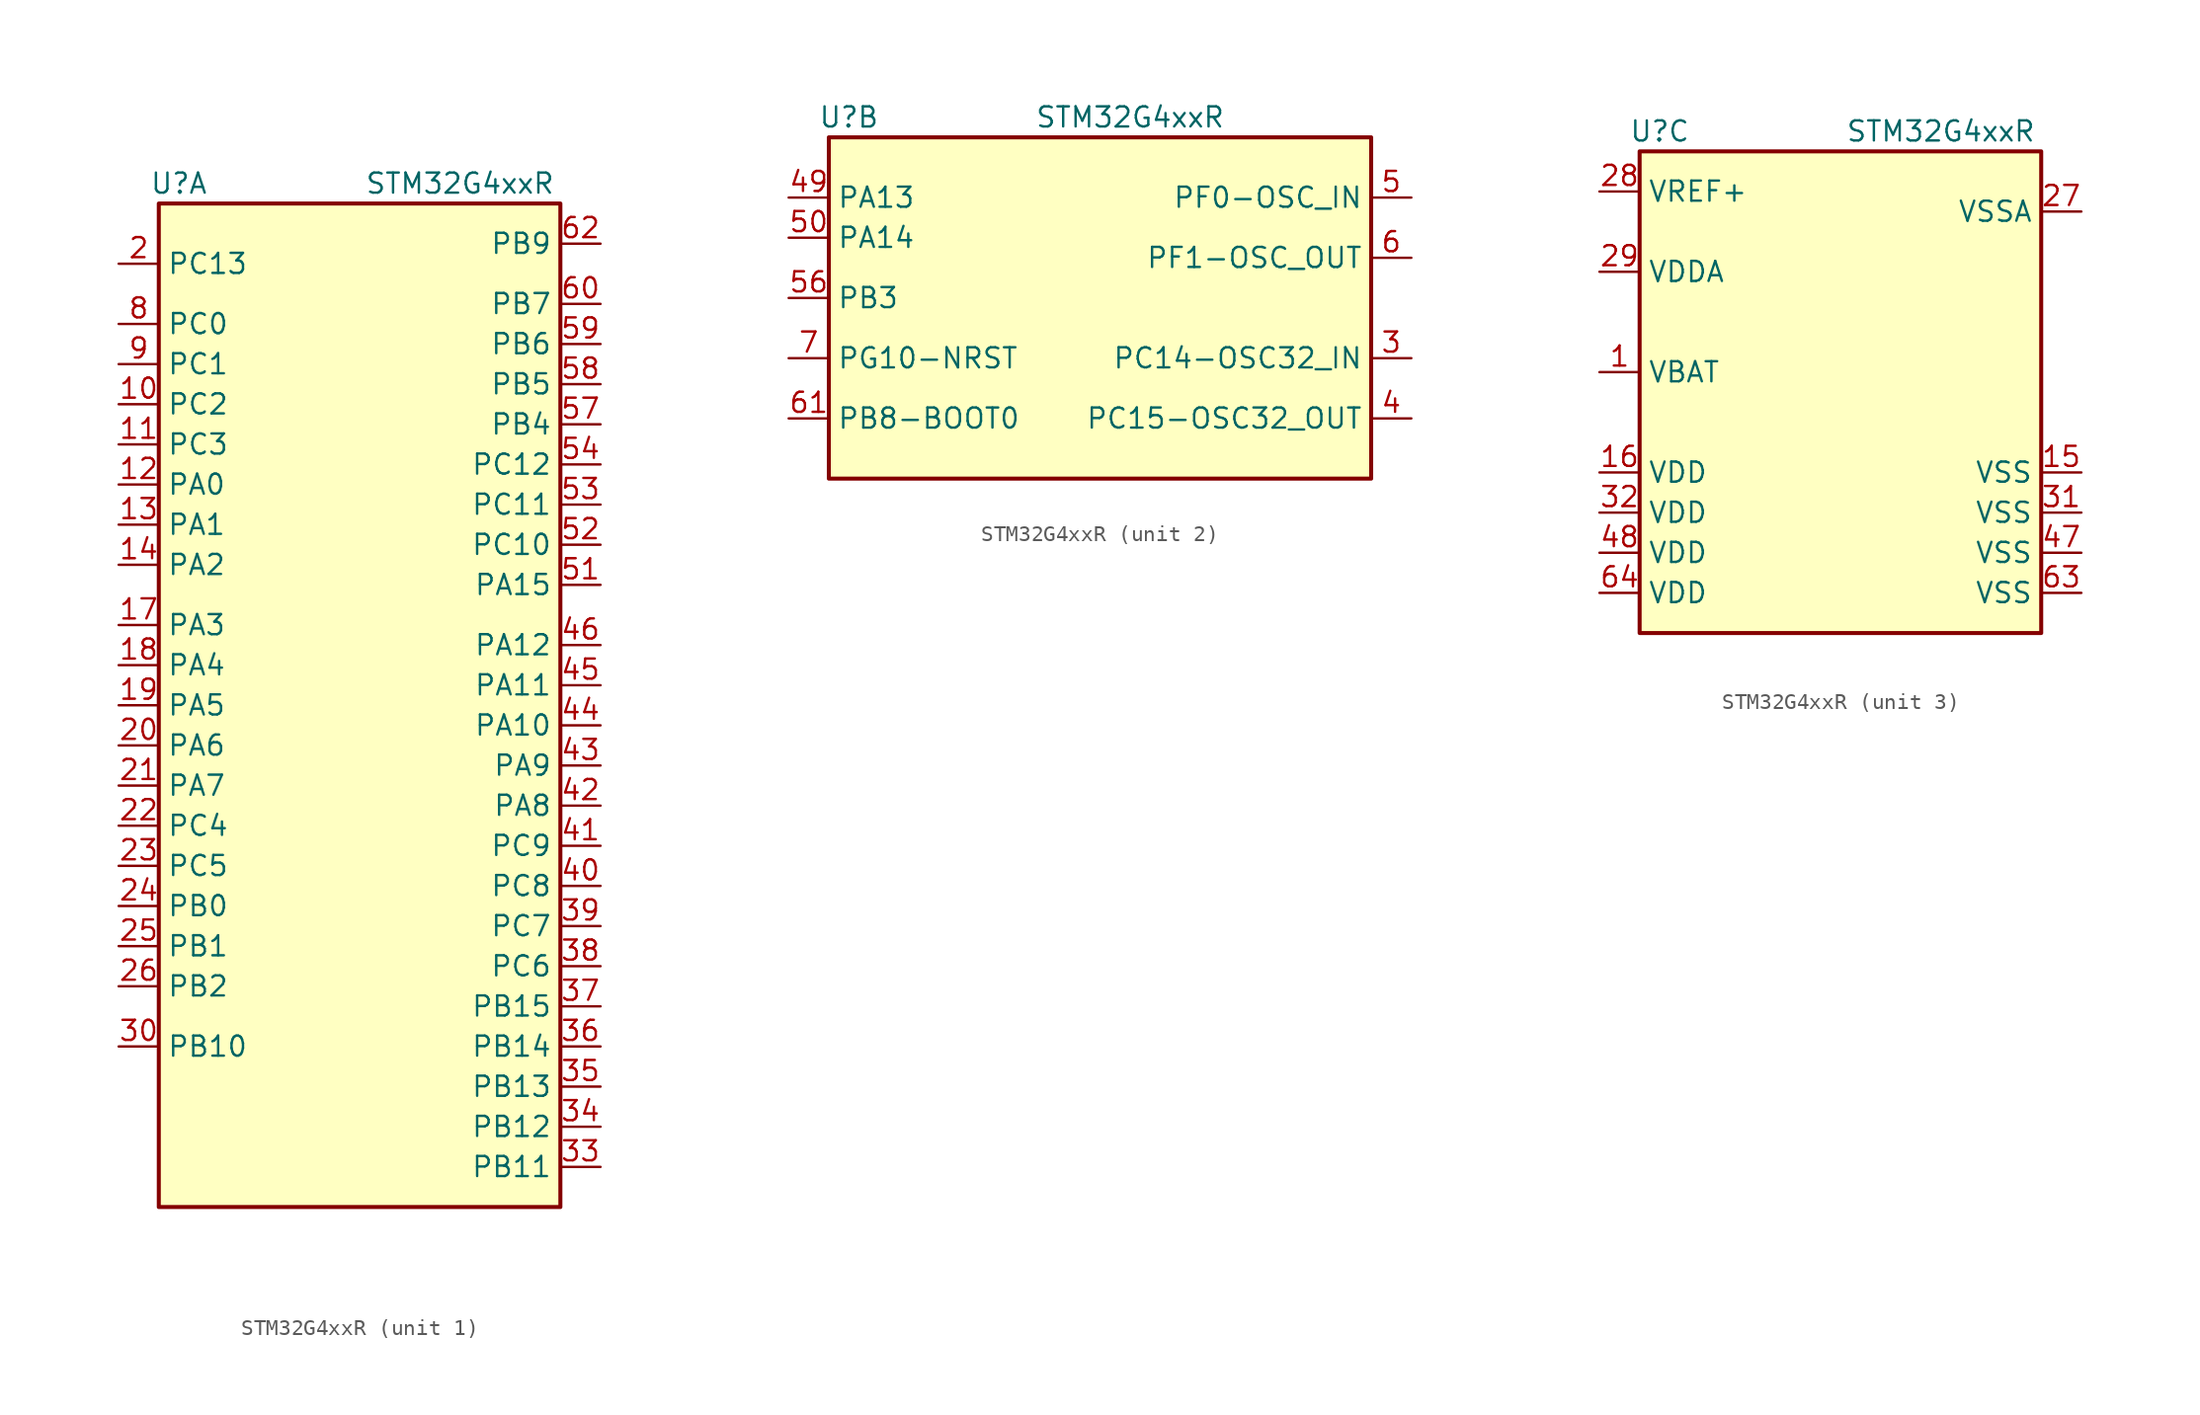
<source format=kicad_sym>
(kicad_symbol_lib
  (version 20220914)
  (generator kicad_symbol_editor)
  (symbol "STM32G4xxR"
    (property "Reference" "U"
      (at 1.27 1.27 0)
      (effects (font (size 1.27 1.27))))
    (property "Value" "STM32G4xxR"
      (at 19.05 1.27 0)
      (effects (font (size 1.27 1.27))))
    (property "ki_locked" ""
      (at 0 0 0)
      (effects (font (size 1.27 1.27))))
    (symbol "STM32G4xxR_1_1"
      (rectangle (start 0 0) (end 25.4 -63.5) (stroke (width 0.254) (type default)) (fill (type background)))
      (pin bidirectional line (at -2.54 -12.7 0) (length 2.54) (name "PC2" (effects (font (size 1.27 1.27)))) (number "10" (effects (font (size 1.27 1.27)))) (alternate "ADC1_IN8" bidirectional line) (alternate "ADC2_IN8" bidirectional line) (alternate "ADC3_EXTI2" bidirectional line) (alternate "ADC4_EXTI2" bidirectional line) (alternate "ADC5_EXTI2" bidirectional line) (alternate "COMP3_OUT" bidirectional line) (alternate "LPTIM1_IN2" bidirectional line) (alternate "QUADSPI1_BK2_IO1" bidirectional line) (alternate "TIM1_CH3" bidirectional line) (alternate "TIM20_CH2" bidirectional line))
      (pin bidirectional line (at -2.54 -15.24 0) (length 2.54) (name "PC3" (effects (font (size 1.27 1.27)))) (number "11" (effects (font (size 1.27 1.27)))) (alternate "ADC1_IN9" bidirectional line) (alternate "ADC2_IN9" bidirectional line) (alternate "ADC3_EXTI3" bidirectional line) (alternate "ADC4_EXTI3" bidirectional line) (alternate "ADC5_EXTI3" bidirectional line) (alternate "LPTIM1_ETR" bidirectional line) (alternate "OPAMP5_VINP" bidirectional line) (alternate "OPAMP5_VINP_SEC" bidirectional line) (alternate "QUADSPI1_BK2_IO2" bidirectional line) (alternate "SAI1_D1" bidirectional line) (alternate "SAI1_SD_A" bidirectional line) (alternate "TIM1_BKIN2" bidirectional line) (alternate "TIM1_CH4" bidirectional line))
      (pin bidirectional line (at -2.54 -17.78 0) (length 2.54) (name "PA0" (effects (font (size 1.27 1.27)))) (number "12" (effects (font (size 1.27 1.27)))) (alternate "ADC1_IN1" bidirectional line) (alternate "ADC2_IN1" bidirectional line) (alternate "COMP1_INM" bidirectional line) (alternate "COMP1_OUT" bidirectional line) (alternate "COMP3_INP" bidirectional line) (alternate "RTC_TAMP2" bidirectional line) (alternate "SYS_WKUP1" bidirectional line) (alternate "TIM2_CH1" bidirectional line) (alternate "TIM2_ETR" bidirectional line) (alternate "TIM5_CH1" bidirectional line) (alternate "TIM8_BKIN" bidirectional line) (alternate "TIM8_ETR" bidirectional line) (alternate "USART2_CTS" bidirectional line) (alternate "USART2_NSS" bidirectional line))
      (pin bidirectional line (at -2.54 -20.32 0) (length 2.54) (name "PA1" (effects (font (size 1.27 1.27)))) (number "13" (effects (font (size 1.27 1.27)))) (alternate "ADC1_IN2" bidirectional line) (alternate "ADC2_IN2" bidirectional line) (alternate "COMP1_INP" bidirectional line) (alternate "OPAMP1_VINP" bidirectional line) (alternate "OPAMP1_VINP_SEC" bidirectional line) (alternate "OPAMP3_VINP" bidirectional line) (alternate "OPAMP3_VINP_SEC" bidirectional line) (alternate "OPAMP6_VINM" bidirectional line) (alternate "OPAMP6_VINM0" bidirectional line) (alternate "OPAMP6_VINM_SEC" bidirectional line) (alternate "RTC_REFIN" bidirectional line) (alternate "TIM15_CH1N" bidirectional line) (alternate "TIM2_CH2" bidirectional line) (alternate "TIM5_CH2" bidirectional line) (alternate "USART2_DE" bidirectional line) (alternate "USART2_RTS" bidirectional line))
      (pin bidirectional line (at -2.54 -22.86 0) (length 2.54) (name "PA2" (effects (font (size 1.27 1.27)))) (number "14" (effects (font (size 1.27 1.27)))) (alternate "ADC1_IN3" bidirectional line) (alternate "ADC3_EXTI2" bidirectional line) (alternate "ADC4_EXTI2" bidirectional line) (alternate "ADC5_EXTI2" bidirectional line) (alternate "COMP2_INM" bidirectional line) (alternate "COMP2_OUT" bidirectional line) (alternate "LPUART1_TX" bidirectional line) (alternate "OPAMP1_VOUT" bidirectional line) (alternate "QUADSPI1_BK1_NCS" bidirectional line) (alternate "RCC_LSCO" bidirectional line) (alternate "SYS_WKUP4" bidirectional line) (alternate "TIM15_CH1" bidirectional line) (alternate "TIM2_CH3" bidirectional line) (alternate "TIM5_CH3" bidirectional line) (alternate "UCPD1_FRSTX1" bidirectional line) (alternate "UCPD1_FRSTX2" bidirectional line) (alternate "USART2_TX" bidirectional line))
      (pin bidirectional line (at -2.54 -26.67 0) (length 2.54) (name "PA3" (effects (font (size 1.27 1.27)))) (number "17" (effects (font (size 1.27 1.27)))) (alternate "ADC1_IN4" bidirectional line) (alternate "ADC3_EXTI3" bidirectional line) (alternate "ADC4_EXTI3" bidirectional line) (alternate "ADC5_EXTI3" bidirectional line) (alternate "COMP2_INP" bidirectional line) (alternate "LPUART1_RX" bidirectional line) (alternate "OPAMP1_VINM" bidirectional line) (alternate "OPAMP1_VINM0" bidirectional line) (alternate "OPAMP1_VINM_SEC" bidirectional line) (alternate "OPAMP1_VINP" bidirectional line) (alternate "OPAMP1_VINP_SEC" bidirectional line) (alternate "OPAMP5_VINM" bidirectional line) (alternate "OPAMP5_VINM1" bidirectional line) (alternate "OPAMP5_VINM_SEC" bidirectional line) (alternate "QUADSPI1_CLK" bidirectional line) (alternate "SAI1_CK1" bidirectional line) (alternate "SAI1_MCLK_A" bidirectional line) (alternate "TIM15_CH2" bidirectional line) (alternate "TIM2_CH4" bidirectional line) (alternate "TIM5_CH4" bidirectional line) (alternate "USART2_RX" bidirectional line))
      (pin bidirectional line (at -2.54 -29.21 0) (length 2.54) (name "PA4" (effects (font (size 1.27 1.27)))) (number "18" (effects (font (size 1.27 1.27)))) (alternate "ADC2_IN17" bidirectional line) (alternate "COMP1_INM" bidirectional line) (alternate "DAC1_OUT1" bidirectional line) (alternate "I2S3_WS" bidirectional line) (alternate "SAI1_FS_B" bidirectional line) (alternate "SPI1_NSS" bidirectional line) (alternate "SPI3_NSS" bidirectional line) (alternate "TIM3_CH2" bidirectional line) (alternate "USART2_CK" bidirectional line))
      (pin bidirectional line (at -2.54 -31.75 0) (length 2.54) (name "PA5" (effects (font (size 1.27 1.27)))) (number "19" (effects (font (size 1.27 1.27)))) (alternate "ADC2_IN13" bidirectional line) (alternate "COMP2_INM" bidirectional line) (alternate "DAC1_OUT2" bidirectional line) (alternate "OPAMP2_VINM" bidirectional line) (alternate "OPAMP2_VINM0" bidirectional line) (alternate "OPAMP2_VINM_SEC" bidirectional line) (alternate "SPI1_SCK" bidirectional line) (alternate "TIM2_CH1" bidirectional line) (alternate "TIM2_ETR" bidirectional line) (alternate "UCPD1_FRSTX1" bidirectional line) (alternate "UCPD1_FRSTX2" bidirectional line))
      (pin bidirectional line (at -2.54 -3.81 0) (length 2.54) (name "PC13" (effects (font (size 1.27 1.27)))) (number "2" (effects (font (size 1.27 1.27)))) (alternate "RTC_OUT1" bidirectional line) (alternate "RTC_TAMP1" bidirectional line) (alternate "RTC_TS" bidirectional line) (alternate "SYS_WKUP2" bidirectional line) (alternate "TIM1_BKIN" bidirectional line) (alternate "TIM1_CH1N" bidirectional line) (alternate "TIM8_CH4N" bidirectional line))
      (pin bidirectional line (at -2.54 -34.29 0) (length 2.54) (name "PA6" (effects (font (size 1.27 1.27)))) (number "20" (effects (font (size 1.27 1.27)))) (alternate "ADC2_IN3" bidirectional line) (alternate "COMP1_OUT" bidirectional line) (alternate "DAC2_OUT1" bidirectional line) (alternate "LPUART1_CTS" bidirectional line) (alternate "OPAMP2_VOUT" bidirectional line) (alternate "QUADSPI1_BK1_IO3" bidirectional line) (alternate "SPI1_MISO" bidirectional line) (alternate "TIM16_CH1" bidirectional line) (alternate "TIM1_BKIN" bidirectional line) (alternate "TIM3_CH1" bidirectional line) (alternate "TIM8_BKIN" bidirectional line))
      (pin bidirectional line (at -2.54 -36.83 0) (length 2.54) (name "PA7" (effects (font (size 1.27 1.27)))) (number "21" (effects (font (size 1.27 1.27)))) (alternate "ADC2_IN4" bidirectional line) (alternate "COMP2_INP" bidirectional line) (alternate "COMP2_OUT" bidirectional line) (alternate "OPAMP1_VINP" bidirectional line) (alternate "OPAMP1_VINP_SEC" bidirectional line) (alternate "OPAMP2_VINP" bidirectional line) (alternate "OPAMP2_VINP_SEC" bidirectional line) (alternate "QUADSPI1_BK1_IO2" bidirectional line) (alternate "SPI1_MOSI" bidirectional line) (alternate "TIM17_CH1" bidirectional line) (alternate "TIM1_CH1N" bidirectional line) (alternate "TIM3_CH2" bidirectional line) (alternate "TIM8_CH1N" bidirectional line) (alternate "UCPD1_FRSTX1" bidirectional line) (alternate "UCPD1_FRSTX2" bidirectional line))
      (pin bidirectional line (at -2.54 -39.37 0) (length 2.54) (name "PC4" (effects (font (size 1.27 1.27)))) (number "22" (effects (font (size 1.27 1.27)))) (alternate "ADC2_IN5" bidirectional line) (alternate "I2C2_SCL" bidirectional line) (alternate "QUADSPI1_BK2_IO3" bidirectional line) (alternate "TIM1_ETR" bidirectional line) (alternate "USART1_TX" bidirectional line))
      (pin bidirectional line (at -2.54 -41.91 0) (length 2.54) (name "PC5" (effects (font (size 1.27 1.27)))) (number "23" (effects (font (size 1.27 1.27)))) (alternate "ADC2_IN11" bidirectional line) (alternate "HRTIM1_EEV10" bidirectional line) (alternate "OPAMP1_VINM" bidirectional line) (alternate "OPAMP1_VINM1" bidirectional line) (alternate "OPAMP1_VINM_SEC" bidirectional line) (alternate "OPAMP2_VINM" bidirectional line) (alternate "OPAMP2_VINM1" bidirectional line) (alternate "OPAMP2_VINM_SEC" bidirectional line) (alternate "SAI1_D3" bidirectional line) (alternate "SYS_WKUP5" bidirectional line) (alternate "TIM15_BKIN" bidirectional line) (alternate "TIM1_CH4N" bidirectional line) (alternate "USART1_RX" bidirectional line))
      (pin bidirectional line (at -2.54 -44.45 0) (length 2.54) (name "PB0" (effects (font (size 1.27 1.27)))) (number "24" (effects (font (size 1.27 1.27)))) (alternate "ADC1_IN15" bidirectional line) (alternate "ADC3_IN12" bidirectional line) (alternate "COMP4_INP" bidirectional line) (alternate "HRTIM1_FLT5" bidirectional line) (alternate "OPAMP2_VINP" bidirectional line) (alternate "OPAMP2_VINP_SEC" bidirectional line) (alternate "OPAMP3_VINP" bidirectional line) (alternate "OPAMP3_VINP_SEC" bidirectional line) (alternate "QUADSPI1_BK1_IO1" bidirectional line) (alternate "TIM1_CH2N" bidirectional line) (alternate "TIM3_CH3" bidirectional line) (alternate "TIM8_CH2N" bidirectional line) (alternate "UCPD1_FRSTX1" bidirectional line) (alternate "UCPD1_FRSTX2" bidirectional line))
      (pin bidirectional line (at -2.54 -46.99 0) (length 2.54) (name "PB1" (effects (font (size 1.27 1.27)))) (number "25" (effects (font (size 1.27 1.27)))) (alternate "ADC1_IN12" bidirectional line) (alternate "ADC3_IN1" bidirectional line) (alternate "COMP1_INP" bidirectional line) (alternate "COMP4_OUT" bidirectional line) (alternate "HRTIM1_SCOUT" bidirectional line) (alternate "LPUART1_DE" bidirectional line) (alternate "LPUART1_RTS" bidirectional line) (alternate "OPAMP3_VOUT" bidirectional line) (alternate "OPAMP6_VINM" bidirectional line) (alternate "OPAMP6_VINM1" bidirectional line) (alternate "OPAMP6_VINM_SEC" bidirectional line) (alternate "QUADSPI1_BK1_IO0" bidirectional line) (alternate "TIM1_CH3N" bidirectional line) (alternate "TIM3_CH4" bidirectional line) (alternate "TIM8_CH3N" bidirectional line))
      (pin bidirectional line (at -2.54 -49.53 0) (length 2.54) (name "PB2" (effects (font (size 1.27 1.27)))) (number "26" (effects (font (size 1.27 1.27)))) (alternate "ADC2_IN12" bidirectional line) (alternate "ADC3_EXTI2" bidirectional line) (alternate "ADC4_EXTI2" bidirectional line) (alternate "ADC5_EXTI2" bidirectional line) (alternate "COMP4_INM" bidirectional line) (alternate "HRTIM1_SCIN" bidirectional line) (alternate "I2C3_SMBA" bidirectional line) (alternate "LPTIM1_OUT" bidirectional line) (alternate "OPAMP3_VINM" bidirectional line) (alternate "OPAMP3_VINM0" bidirectional line) (alternate "OPAMP3_VINM_SEC" bidirectional line) (alternate "QUADSPI1_BK2_IO1" bidirectional line) (alternate "RTC_OUT2" bidirectional line) (alternate "TIM20_CH1" bidirectional line) (alternate "TIM5_CH1" bidirectional line))
      (pin bidirectional line (at -2.54 -53.34 0) (length 2.54) (name "PB10" (effects (font (size 1.27 1.27)))) (number "30" (effects (font (size 1.27 1.27)))) (alternate "COMP5_INM" bidirectional line) (alternate "DAC1_EXTI10" bidirectional line) (alternate "DAC2_EXTI10" bidirectional line) (alternate "DAC3_EXTI10" bidirectional line) (alternate "DAC4_EXTI10" bidirectional line) (alternate "HRTIM1_FLT3" bidirectional line) (alternate "LPUART1_RX" bidirectional line) (alternate "OPAMP3_VINM" bidirectional line) (alternate "OPAMP3_VINM1" bidirectional line) (alternate "OPAMP3_VINM_SEC" bidirectional line) (alternate "OPAMP4_VINM" bidirectional line) (alternate "OPAMP4_VINM0" bidirectional line) (alternate "OPAMP4_VINM_SEC" bidirectional line) (alternate "QUADSPI1_CLK" bidirectional line) (alternate "SAI1_SCK_A" bidirectional line) (alternate "TIM1_BKIN" bidirectional line) (alternate "TIM2_CH3" bidirectional line) (alternate "USART3_TX" bidirectional line))
      (pin bidirectional line (at 27.94 -60.96 180) (length 2.54) (name "PB11" (effects (font (size 1.27 1.27)))) (number "33" (effects (font (size 1.27 1.27)))) (alternate "ADC1_EXTI11" bidirectional line) (alternate "ADC1_IN14" bidirectional line) (alternate "ADC2_EXTI11" bidirectional line) (alternate "ADC2_IN14" bidirectional line) (alternate "COMP6_INP" bidirectional line) (alternate "HRTIM1_FLT4" bidirectional line) (alternate "LPUART1_TX" bidirectional line) (alternate "OPAMP4_VINP" bidirectional line) (alternate "OPAMP4_VINP_SEC" bidirectional line) (alternate "OPAMP6_VOUT" bidirectional line) (alternate "QUADSPI1_BK1_NCS" bidirectional line) (alternate "TIM2_CH4" bidirectional line) (alternate "USART3_RX" bidirectional line))
      (pin bidirectional line (at 27.94 -58.42 180) (length 2.54) (name "PB12" (effects (font (size 1.27 1.27)))) (number "34" (effects (font (size 1.27 1.27)))) (alternate "ADC1_IN11" bidirectional line) (alternate "ADC4_IN3" bidirectional line) (alternate "COMP7_INM" bidirectional line) (alternate "FDCAN2_RX" bidirectional line) (alternate "HRTIM1_CHC1" bidirectional line) (alternate "I2C2_SMBA" bidirectional line) (alternate "I2S2_WS" bidirectional line) (alternate "LPUART1_DE" bidirectional line) (alternate "LPUART1_RTS" bidirectional line) (alternate "OPAMP4_VOUT" bidirectional line) (alternate "OPAMP6_VINP" bidirectional line) (alternate "OPAMP6_VINP_SEC" bidirectional line) (alternate "SPI2_NSS" bidirectional line) (alternate "TIM1_BKIN" bidirectional line) (alternate "TIM5_ETR" bidirectional line) (alternate "USART3_CK" bidirectional line))
      (pin bidirectional line (at 27.94 -55.88 180) (length 2.54) (name "PB13" (effects (font (size 1.27 1.27)))) (number "35" (effects (font (size 1.27 1.27)))) (alternate "ADC3_IN5" bidirectional line) (alternate "COMP5_INP" bidirectional line) (alternate "FDCAN2_TX" bidirectional line) (alternate "HRTIM1_CHC2" bidirectional line) (alternate "I2S2_CK" bidirectional line) (alternate "LPUART1_CTS" bidirectional line) (alternate "OPAMP3_VINP" bidirectional line) (alternate "OPAMP3_VINP_SEC" bidirectional line) (alternate "OPAMP4_VINP" bidirectional line) (alternate "OPAMP4_VINP_SEC" bidirectional line) (alternate "OPAMP6_VINP" bidirectional line) (alternate "OPAMP6_VINP_SEC" bidirectional line) (alternate "SPI2_SCK" bidirectional line) (alternate "TIM1_CH1N" bidirectional line) (alternate "USART3_CTS" bidirectional line) (alternate "USART3_NSS" bidirectional line))
      (pin bidirectional line (at 27.94 -53.34 180) (length 2.54) (name "PB14" (effects (font (size 1.27 1.27)))) (number "36" (effects (font (size 1.27 1.27)))) (alternate "ADC1_IN5" bidirectional line) (alternate "ADC4_IN4" bidirectional line) (alternate "COMP4_OUT" bidirectional line) (alternate "COMP7_INP" bidirectional line) (alternate "HRTIM1_CHD1" bidirectional line) (alternate "OPAMP2_VINP" bidirectional line) (alternate "OPAMP2_VINP_SEC" bidirectional line) (alternate "OPAMP5_VINP" bidirectional line) (alternate "OPAMP5_VINP_SEC" bidirectional line) (alternate "SPI2_MISO" bidirectional line) (alternate "TIM15_CH1" bidirectional line) (alternate "TIM1_CH2N" bidirectional line) (alternate "USART3_DE" bidirectional line) (alternate "USART3_RTS" bidirectional line))
      (pin bidirectional line (at 27.94 -50.8 180) (length 2.54) (name "PB15" (effects (font (size 1.27 1.27)))) (number "37" (effects (font (size 1.27 1.27)))) (alternate "ADC1_EXTI15" bidirectional line) (alternate "ADC2_EXTI15" bidirectional line) (alternate "ADC2_IN15" bidirectional line) (alternate "ADC4_IN5" bidirectional line) (alternate "COMP3_OUT" bidirectional line) (alternate "COMP6_INM" bidirectional line) (alternate "HRTIM1_CHD2" bidirectional line) (alternate "I2S2_SD" bidirectional line) (alternate "OPAMP5_VINM" bidirectional line) (alternate "OPAMP5_VINM0" bidirectional line) (alternate "OPAMP5_VINM_SEC" bidirectional line) (alternate "RTC_REFIN" bidirectional line) (alternate "SPI2_MOSI" bidirectional line) (alternate "TIM15_CH1N" bidirectional line) (alternate "TIM15_CH2" bidirectional line) (alternate "TIM1_CH3N" bidirectional line))
      (pin bidirectional line (at 27.94 -48.26 180) (length 2.54) (name "PC6" (effects (font (size 1.27 1.27)))) (number "38" (effects (font (size 1.27 1.27)))) (alternate "COMP6_OUT" bidirectional line) (alternate "HRTIM1_CHF1" bidirectional line) (alternate "HRTIM1_EEV10" bidirectional line) (alternate "I2C4_SCL" bidirectional line) (alternate "I2S2_MCK" bidirectional line) (alternate "TIM3_CH1" bidirectional line) (alternate "TIM8_CH1" bidirectional line))
      (pin bidirectional line (at 27.94 -45.72 180) (length 2.54) (name "PC7" (effects (font (size 1.27 1.27)))) (number "39" (effects (font (size 1.27 1.27)))) (alternate "COMP5_OUT" bidirectional line) (alternate "HRTIM1_CHF2" bidirectional line) (alternate "HRTIM1_FLT5" bidirectional line) (alternate "I2C4_SDA" bidirectional line) (alternate "I2S3_MCK" bidirectional line) (alternate "TIM3_CH2" bidirectional line) (alternate "TIM8_CH2" bidirectional line))
      (pin bidirectional line (at 27.94 -43.18 180) (length 2.54) (name "PC8" (effects (font (size 1.27 1.27)))) (number "40" (effects (font (size 1.27 1.27)))) (alternate "COMP7_OUT" bidirectional line) (alternate "HRTIM1_CHE1" bidirectional line) (alternate "I2C3_SCL" bidirectional line) (alternate "TIM20_CH3" bidirectional line) (alternate "TIM3_CH3" bidirectional line) (alternate "TIM8_CH3" bidirectional line))
      (pin bidirectional line (at 27.94 -40.64 180) (length 2.54) (name "PC9" (effects (font (size 1.27 1.27)))) (number "41" (effects (font (size 1.27 1.27)))) (alternate "DAC1_EXTI9" bidirectional line) (alternate "DAC2_EXTI9" bidirectional line) (alternate "DAC3_EXTI9" bidirectional line) (alternate "DAC4_EXTI9" bidirectional line) (alternate "HRTIM1_CHE2" bidirectional line) (alternate "I2C3_SDA" bidirectional line) (alternate "I2S_CKIN" bidirectional line) (alternate "TIM3_CH4" bidirectional line) (alternate "TIM8_BKIN2" bidirectional line) (alternate "TIM8_CH4" bidirectional line))
      (pin bidirectional line (at 27.94 -38.1 180) (length 2.54) (name "PA8" (effects (font (size 1.27 1.27)))) (number "42" (effects (font (size 1.27 1.27)))) (alternate "ADC5_IN1" bidirectional line) (alternate "COMP7_OUT" bidirectional line) (alternate "FDCAN3_RX" bidirectional line) (alternate "HRTIM1_CHA1" bidirectional line) (alternate "I2C2_SDA" bidirectional line) (alternate "I2C3_SCL" bidirectional line) (alternate "I2S2_MCK" bidirectional line) (alternate "OPAMP5_VOUT" bidirectional line) (alternate "RCC_MCO" bidirectional line) (alternate "SAI1_CK2" bidirectional line) (alternate "SAI1_SCK_A" bidirectional line) (alternate "TIM1_CH1" bidirectional line) (alternate "TIM4_ETR" bidirectional line) (alternate "USART1_CK" bidirectional line))
      (pin bidirectional line (at 27.94 -35.56 180) (length 2.54) (name "PA9" (effects (font (size 1.27 1.27)))) (number "43" (effects (font (size 1.27 1.27)))) (alternate "ADC5_IN2" bidirectional line) (alternate "COMP5_OUT" bidirectional line) (alternate "DAC1_EXTI9" bidirectional line) (alternate "DAC2_EXTI9" bidirectional line) (alternate "DAC3_EXTI9" bidirectional line) (alternate "DAC4_EXTI9" bidirectional line) (alternate "HRTIM1_CHA2" bidirectional line) (alternate "I2C2_SCL" bidirectional line) (alternate "I2C3_SMBA" bidirectional line) (alternate "I2S3_MCK" bidirectional line) (alternate "SAI1_FS_A" bidirectional line) (alternate "TIM15_BKIN" bidirectional line) (alternate "TIM1_CH2" bidirectional line) (alternate "TIM2_CH3" bidirectional line) (alternate "UCPD1_DBCC1" bidirectional line) (alternate "USART1_TX" bidirectional line))
      (pin bidirectional line (at 27.94 -33.02 180) (length 2.54) (name "PA10" (effects (font (size 1.27 1.27)))) (number "44" (effects (font (size 1.27 1.27)))) (alternate "COMP6_OUT" bidirectional line) (alternate "CRS_SYNC" bidirectional line) (alternate "DAC1_EXTI10" bidirectional line) (alternate "DAC2_EXTI10" bidirectional line) (alternate "DAC3_EXTI10" bidirectional line) (alternate "DAC4_EXTI10" bidirectional line) (alternate "HRTIM1_CHB1" bidirectional line) (alternate "I2C2_SMBA" bidirectional line) (alternate "SAI1_D1" bidirectional line) (alternate "SAI1_SD_A" bidirectional line) (alternate "SPI2_MISO" bidirectional line) (alternate "TIM17_BKIN" bidirectional line) (alternate "TIM1_CH3" bidirectional line) (alternate "TIM2_CH4" bidirectional line) (alternate "TIM8_BKIN" bidirectional line) (alternate "UCPD1_DBCC2" bidirectional line) (alternate "USART1_RX" bidirectional line))
      (pin bidirectional line (at 27.94 -30.48 180) (length 2.54) (name "PA11" (effects (font (size 1.27 1.27)))) (number "45" (effects (font (size 1.27 1.27)))) (alternate "ADC1_EXTI11" bidirectional line) (alternate "ADC2_EXTI11" bidirectional line) (alternate "COMP1_OUT" bidirectional line) (alternate "FDCAN1_RX" bidirectional line) (alternate "HRTIM1_CHB2" bidirectional line) (alternate "I2S2_SD" bidirectional line) (alternate "SPI2_MOSI" bidirectional line) (alternate "TIM1_BKIN2" bidirectional line) (alternate "TIM1_CH1N" bidirectional line) (alternate "TIM1_CH4" bidirectional line) (alternate "TIM4_CH1" bidirectional line) (alternate "USART1_CTS" bidirectional line) (alternate "USART1_NSS" bidirectional line) (alternate "USB_DM" bidirectional line))
      (pin bidirectional line (at 27.94 -27.94 180) (length 2.54) (name "PA12" (effects (font (size 1.27 1.27)))) (number "46" (effects (font (size 1.27 1.27)))) (alternate "COMP2_OUT" bidirectional line) (alternate "FDCAN1_TX" bidirectional line) (alternate "HRTIM1_FLT1" bidirectional line) (alternate "I2S_CKIN" bidirectional line) (alternate "TIM16_CH1" bidirectional line) (alternate "TIM1_CH2N" bidirectional line) (alternate "TIM1_ETR" bidirectional line) (alternate "TIM4_CH2" bidirectional line) (alternate "USART1_DE" bidirectional line) (alternate "USART1_RTS" bidirectional line) (alternate "USB_DP" bidirectional line))
      (pin bidirectional line (at 27.94 -24.13 180) (length 2.54) (name "PA15" (effects (font (size 1.27 1.27)))) (number "51" (effects (font (size 1.27 1.27)))) (alternate "ADC1_EXTI15" bidirectional line) (alternate "ADC2_EXTI15" bidirectional line) (alternate "FDCAN3_TX" bidirectional line) (alternate "HRTIM1_FLT2" bidirectional line) (alternate "I2C1_SCL" bidirectional line) (alternate "I2S3_WS" bidirectional line) (alternate "SPI1_NSS" bidirectional line) (alternate "SPI3_NSS" bidirectional line) (alternate "SYS_JTDI" bidirectional line) (alternate "TIM1_BKIN" bidirectional line) (alternate "TIM2_CH1" bidirectional line) (alternate "TIM2_ETR" bidirectional line) (alternate "TIM8_CH1" bidirectional line) (alternate "UART4_DE" bidirectional line) (alternate "UART4_RTS" bidirectional line) (alternate "USART2_RX" bidirectional line))
      (pin bidirectional line (at 27.94 -21.59 180) (length 2.54) (name "PC10" (effects (font (size 1.27 1.27)))) (number "52" (effects (font (size 1.27 1.27)))) (alternate "DAC1_EXTI10" bidirectional line) (alternate "DAC2_EXTI10" bidirectional line) (alternate "DAC3_EXTI10" bidirectional line) (alternate "DAC4_EXTI10" bidirectional line) (alternate "HRTIM1_FLT6" bidirectional line) (alternate "I2S3_CK" bidirectional line) (alternate "SPI3_SCK" bidirectional line) (alternate "TIM8_CH1N" bidirectional line) (alternate "UART4_TX" bidirectional line) (alternate "USART3_TX" bidirectional line))
      (pin bidirectional line (at 27.94 -19.05 180) (length 2.54) (name "PC11" (effects (font (size 1.27 1.27)))) (number "53" (effects (font (size 1.27 1.27)))) (alternate "ADC1_EXTI11" bidirectional line) (alternate "ADC2_EXTI11" bidirectional line) (alternate "HRTIM1_EEV2" bidirectional line) (alternate "I2C3_SDA" bidirectional line) (alternate "SPI3_MISO" bidirectional line) (alternate "TIM8_CH2N" bidirectional line) (alternate "UART4_RX" bidirectional line) (alternate "USART3_RX" bidirectional line))
      (pin bidirectional line (at 27.94 -16.51 180) (length 2.54) (name "PC12" (effects (font (size 1.27 1.27)))) (number "54" (effects (font (size 1.27 1.27)))) (alternate "HRTIM1_EEV1" bidirectional line) (alternate "I2S3_SD" bidirectional line) (alternate "SPI3_MOSI" bidirectional line) (alternate "TIM5_CH2" bidirectional line) (alternate "TIM8_CH3N" bidirectional line) (alternate "UART5_TX" bidirectional line) (alternate "UCPD1_FRSTX1" bidirectional line) (alternate "UCPD1_FRSTX2" bidirectional line) (alternate "USART3_CK" bidirectional line))
      (pin bidirectional line (at 27.94 -13.97 180) (length 2.54) (name "PB4" (effects (font (size 1.27 1.27)))) (number "57" (effects (font (size 1.27 1.27)))) (alternate "FDCAN3_TX" bidirectional line) (alternate "HRTIM1_EEV7" bidirectional line) (alternate "SAI1_MCLK_B" bidirectional line) (alternate "SPI1_MISO" bidirectional line) (alternate "SPI3_MISO" bidirectional line) (alternate "SYS_JTRST" bidirectional line) (alternate "TIM16_CH1" bidirectional line) (alternate "TIM17_BKIN" bidirectional line) (alternate "TIM3_CH1" bidirectional line) (alternate "TIM8_CH2N" bidirectional line) (alternate "UART5_DE" bidirectional line) (alternate "UART5_RTS" bidirectional line) (alternate "UCPD1_CC2" bidirectional line) (alternate "USART2_RX" bidirectional line))
      (pin bidirectional line (at 27.94 -11.43 180) (length 2.54) (name "PB5" (effects (font (size 1.27 1.27)))) (number "58" (effects (font (size 1.27 1.27)))) (alternate "FDCAN2_RX" bidirectional line) (alternate "HRTIM1_EEV6" bidirectional line) (alternate "I2C1_SMBA" bidirectional line) (alternate "I2C3_SDA" bidirectional line) (alternate "I2S3_SD" bidirectional line) (alternate "LPTIM1_IN1" bidirectional line) (alternate "SAI1_SD_B" bidirectional line) (alternate "SPI1_MOSI" bidirectional line) (alternate "SPI3_MOSI" bidirectional line) (alternate "TIM16_BKIN" bidirectional line) (alternate "TIM17_CH1" bidirectional line) (alternate "TIM3_CH2" bidirectional line) (alternate "TIM8_CH3N" bidirectional line) (alternate "UART5_CTS" bidirectional line) (alternate "USART2_CK" bidirectional line))
      (pin bidirectional line (at 27.94 -8.89 180) (length 2.54) (name "PB6" (effects (font (size 1.27 1.27)))) (number "59" (effects (font (size 1.27 1.27)))) (alternate "COMP4_OUT" bidirectional line) (alternate "FDCAN2_TX" bidirectional line) (alternate "HRTIM1_EEV4" bidirectional line) (alternate "HRTIM1_SCIN" bidirectional line) (alternate "LPTIM1_ETR" bidirectional line) (alternate "SAI1_FS_B" bidirectional line) (alternate "TIM16_CH1N" bidirectional line) (alternate "TIM4_CH1" bidirectional line) (alternate "TIM8_BKIN2" bidirectional line) (alternate "TIM8_CH1" bidirectional line) (alternate "TIM8_ETR" bidirectional line) (alternate "UCPD1_CC1" bidirectional line) (alternate "USART1_TX" bidirectional line))
      (pin bidirectional line (at 27.94 -6.35 180) (length 2.54) (name "PB7" (effects (font (size 1.27 1.27)))) (number "60" (effects (font (size 1.27 1.27)))) (alternate "COMP3_OUT" bidirectional line) (alternate "HRTIM1_EEV3" bidirectional line) (alternate "I2C1_SDA" bidirectional line) (alternate "I2C4_SDA" bidirectional line) (alternate "LPTIM1_IN2" bidirectional line) (alternate "SYS_PVD_IN" bidirectional line) (alternate "TIM17_CH1N" bidirectional line) (alternate "TIM3_CH4" bidirectional line) (alternate "TIM4_CH2" bidirectional line) (alternate "TIM8_BKIN" bidirectional line) (alternate "UART4_CTS" bidirectional line) (alternate "USART1_RX" bidirectional line))
      (pin bidirectional line (at 27.94 -2.54 180) (length 2.54) (name "PB9" (effects (font (size 1.27 1.27)))) (number "62" (effects (font (size 1.27 1.27)))) (alternate "COMP2_OUT" bidirectional line) (alternate "DAC1_EXTI9" bidirectional line) (alternate "DAC2_EXTI9" bidirectional line) (alternate "DAC3_EXTI9" bidirectional line) (alternate "DAC4_EXTI9" bidirectional line) (alternate "FDCAN1_TX" bidirectional line) (alternate "HRTIM1_EEV5" bidirectional line) (alternate "I2C1_SDA" bidirectional line) (alternate "IR_OUT" bidirectional line) (alternate "SAI1_D2" bidirectional line) (alternate "SAI1_FS_A" bidirectional line) (alternate "TIM17_CH1" bidirectional line) (alternate "TIM1_CH3N" bidirectional line) (alternate "TIM4_CH4" bidirectional line) (alternate "TIM8_CH3" bidirectional line) (alternate "USART3_TX" bidirectional line))
      (pin bidirectional line (at -2.54 -7.62 0) (length 2.54) (name "PC0" (effects (font (size 1.27 1.27)))) (number "8" (effects (font (size 1.27 1.27)))) (alternate "ADC1_IN6" bidirectional line) (alternate "ADC2_IN6" bidirectional line) (alternate "COMP3_INM" bidirectional line) (alternate "LPTIM1_IN1" bidirectional line) (alternate "LPUART1_RX" bidirectional line) (alternate "TIM1_CH1" bidirectional line))
      (pin bidirectional line (at -2.54 -10.16 0) (length 2.54) (name "PC1" (effects (font (size 1.27 1.27)))) (number "9" (effects (font (size 1.27 1.27)))) (alternate "ADC1_IN7" bidirectional line) (alternate "ADC2_IN7" bidirectional line) (alternate "COMP3_INP" bidirectional line) (alternate "LPTIM1_OUT" bidirectional line) (alternate "LPUART1_TX" bidirectional line) (alternate "QUADSPI1_BK2_IO0" bidirectional line) (alternate "SAI1_SD_A" bidirectional line) (alternate "TIM1_CH2" bidirectional line)))
    (symbol "STM32G4xxR_2_1"
      (rectangle (start 0 0) (end 34.29 -21.59) (stroke (width 0.254) (type default)) (fill (type background)))
      (pin bidirectional line (at 36.83 -13.97 180) (length 2.54) (name "PC14-OSC32_IN" (effects (font (size 1.27 1.27)))) (number "3" (effects (font (size 1.27 1.27)))) (alternate "RCC_OSC32_IN" bidirectional line))
      (pin bidirectional line (at 36.83 -17.78 180) (length 2.54) (name "PC15-OSC32_OUT" (effects (font (size 1.27 1.27)))) (number "4" (effects (font (size 1.27 1.27)))) (alternate "ADC1_EXTI15" bidirectional line) (alternate "ADC2_EXTI15" bidirectional line) (alternate "RCC_OSC32_OUT" bidirectional line))
      (pin bidirectional line (at -2.54 -3.81 0) (length 2.54) (name "PA13" (effects (font (size 1.27 1.27)))) (number "49" (effects (font (size 1.27 1.27)))) (alternate "I2C1_SCL" bidirectional line) (alternate "I2C4_SCL" bidirectional line) (alternate "IR_OUT" bidirectional line) (alternate "SAI1_SD_B" bidirectional line) (alternate "SYS_JTMS-SWDIO" bidirectional line) (alternate "TIM16_CH1N" bidirectional line) (alternate "TIM4_CH3" bidirectional line) (alternate "USART3_CTS" bidirectional line) (alternate "USART3_NSS" bidirectional line))
      (pin bidirectional line (at 36.83 -3.81 180) (length 2.54) (name "PF0-OSC_IN" (effects (font (size 1.27 1.27)))) (number "5" (effects (font (size 1.27 1.27)))) (alternate "ADC1_IN10" bidirectional line) (alternate "I2C2_SDA" bidirectional line) (alternate "I2S2_WS" bidirectional line) (alternate "RCC_OSC_IN" bidirectional line) (alternate "SPI2_NSS" bidirectional line) (alternate "TIM1_CH3N" bidirectional line))
      (pin bidirectional line (at -2.54 -6.35 0) (length 2.54) (name "PA14" (effects (font (size 1.27 1.27)))) (number "50" (effects (font (size 1.27 1.27)))) (alternate "I2C1_SDA" bidirectional line) (alternate "I2C4_SMBA" bidirectional line) (alternate "LPTIM1_OUT" bidirectional line) (alternate "SAI1_FS_B" bidirectional line) (alternate "SYS_JTCK-SWCLK" bidirectional line) (alternate "TIM1_BKIN" bidirectional line) (alternate "TIM8_CH2" bidirectional line) (alternate "USART2_TX" bidirectional line))
      (pin bidirectional line (at -2.54 -10.16 0) (length 2.54) (name "PB3" (effects (font (size 1.27 1.27)))) (number "56" (effects (font (size 1.27 1.27)))) (alternate "ADC3_EXTI3" bidirectional line) (alternate "ADC4_EXTI3" bidirectional line) (alternate "ADC5_EXTI3" bidirectional line) (alternate "CRS_SYNC" bidirectional line) (alternate "FDCAN3_RX" bidirectional line) (alternate "HRTIM1_EEV9" bidirectional line) (alternate "HRTIM1_SCOUT" bidirectional line) (alternate "I2S3_CK" bidirectional line) (alternate "SAI1_SCK_B" bidirectional line) (alternate "SPI1_SCK" bidirectional line) (alternate "SPI3_SCK" bidirectional line) (alternate "SYS_JTDO-SWO" bidirectional line) (alternate "TIM2_CH2" bidirectional line) (alternate "TIM3_ETR" bidirectional line) (alternate "TIM4_ETR" bidirectional line) (alternate "TIM8_CH1N" bidirectional line) (alternate "USART2_TX" bidirectional line))
      (pin bidirectional line (at 36.83 -7.62 180) (length 2.54) (name "PF1-OSC_OUT" (effects (font (size 1.27 1.27)))) (number "6" (effects (font (size 1.27 1.27)))) (alternate "ADC2_IN10" bidirectional line) (alternate "COMP3_INM" bidirectional line) (alternate "I2S2_CK" bidirectional line) (alternate "RCC_OSC_OUT" bidirectional line) (alternate "SPI2_SCK" bidirectional line))
      (pin bidirectional line (at -2.54 -17.78 0) (length 2.54) (name "PB8-BOOT0" (effects (font (size 1.27 1.27)))) (number "61" (effects (font (size 1.27 1.27)))) (alternate "COMP1_OUT" bidirectional line) (alternate "FDCAN1_RX" bidirectional line) (alternate "HRTIM1_EEV8" bidirectional line) (alternate "I2C1_SCL" bidirectional line) (alternate "SAI1_CK1" bidirectional line) (alternate "SAI1_MCLK_A" bidirectional line) (alternate "TIM16_CH1" bidirectional line) (alternate "TIM1_BKIN" bidirectional line) (alternate "TIM4_CH3" bidirectional line) (alternate "TIM8_CH2" bidirectional line) (alternate "USART3_RX" bidirectional line))
      (pin bidirectional line (at -2.54 -13.97 0) (length 2.54) (name "PG10-NRST" (effects (font (size 1.27 1.27)))) (number "7" (effects (font (size 1.27 1.27)))) (alternate "DAC1_EXTI10" bidirectional line) (alternate "DAC2_EXTI10" bidirectional line) (alternate "DAC3_EXTI10" bidirectional line) (alternate "DAC4_EXTI10" bidirectional line) (alternate "RCC_MCO" bidirectional line)))
    (symbol "STM32G4xxR_3_1"
      (rectangle (start 0 0) (end 25.4 -30.48) (stroke (width 0.254) (type default)) (fill (type background)))
      (pin power_in line (at -2.54 -13.97 0) (length 2.54) (name "VBAT" (effects (font (size 1.27 1.27)))) (number "1" (effects (font (size 1.27 1.27)))))
      (pin power_in line (at 27.94 -20.32 180) (length 2.54) (name "VSS" (effects (font (size 1.27 1.27)))) (number "15" (effects (font (size 1.27 1.27)))))
      (pin power_in line (at -2.54 -20.32 0) (length 2.54) (name "VDD" (effects (font (size 1.27 1.27)))) (number "16" (effects (font (size 1.27 1.27)))))
      (pin power_in line (at 27.94 -3.81 180) (length 2.54) (name "VSSA" (effects (font (size 1.27 1.27)))) (number "27" (effects (font (size 1.27 1.27)))))
      (pin input line (at -2.54 -2.54 0) (length 2.54) (name "VREF+" (effects (font (size 1.27 1.27)))) (number "28" (effects (font (size 1.27 1.27)))) (alternate "VREFBUF_OUT" bidirectional line))
      (pin power_in line (at -2.54 -7.62 0) (length 2.54) (name "VDDA" (effects (font (size 1.27 1.27)))) (number "29" (effects (font (size 1.27 1.27)))))
      (pin passive line (at 27.94 -22.86 180) (length 2.54) (name "VSS" (effects (font (size 1.27 1.27)))) (number "31" (effects (font (size 1.27 1.27)))))
      (pin power_in line (at -2.54 -22.86 0) (length 2.54) (name "VDD" (effects (font (size 1.27 1.27)))) (number "32" (effects (font (size 1.27 1.27)))))
      (pin passive line (at 27.94 -25.4 180) (length 2.54) (name "VSS" (effects (font (size 1.27 1.27)))) (number "47" (effects (font (size 1.27 1.27)))))
      (pin power_in line (at -2.54 -25.4 0) (length 2.54) (name "VDD" (effects (font (size 1.27 1.27)))) (number "48" (effects (font (size 1.27 1.27)))))
      (pin passive line (at 27.94 -27.94 180) (length 2.54) (name "VSS" (effects (font (size 1.27 1.27)))) (number "63" (effects (font (size 1.27 1.27)))))
      (pin power_in line (at -2.54 -27.94 0) (length 2.54) (name "VDD" (effects (font (size 1.27 1.27)))) (number "64" (effects (font (size 1.27 1.27))))))))
</source>
